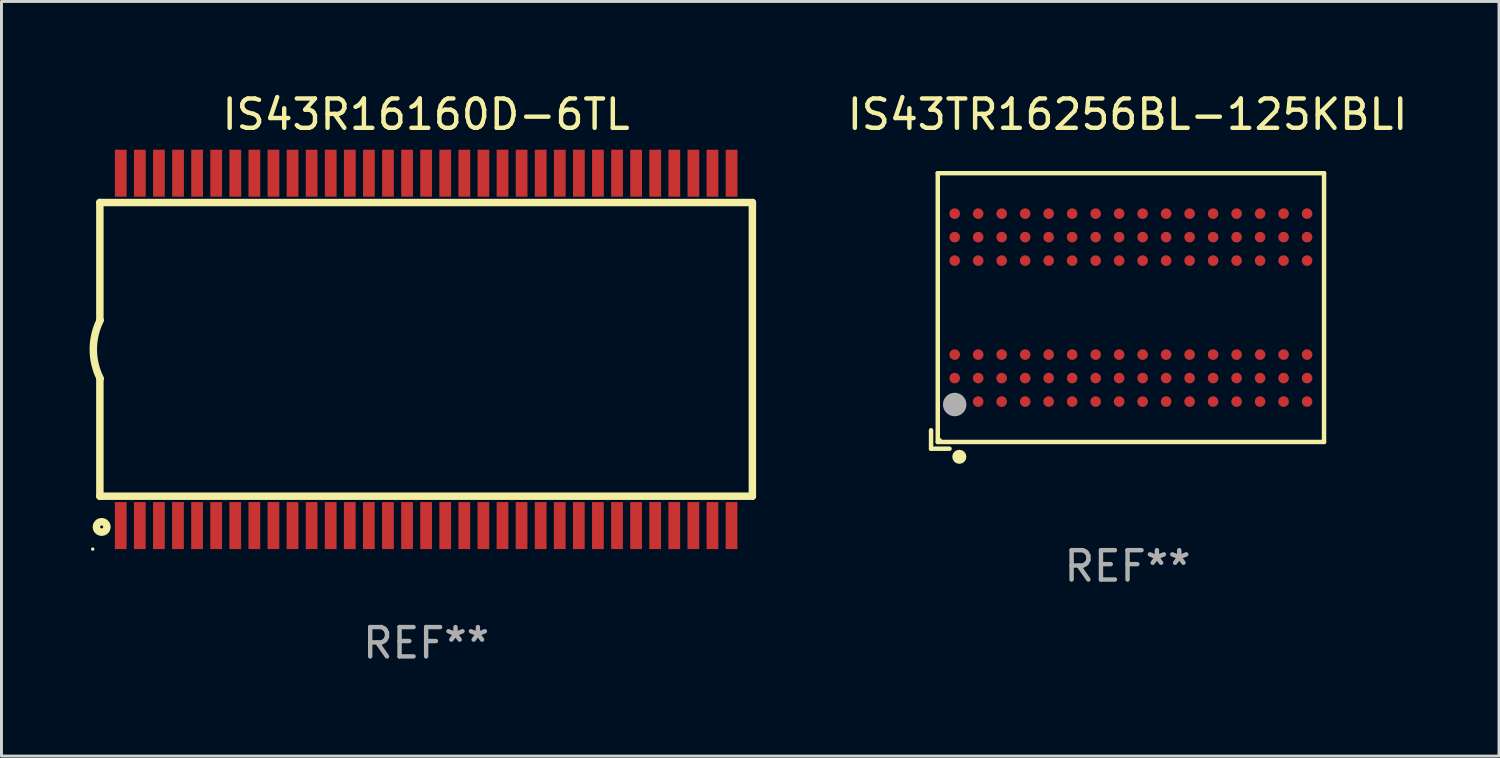
<source format=kicad_pcb>
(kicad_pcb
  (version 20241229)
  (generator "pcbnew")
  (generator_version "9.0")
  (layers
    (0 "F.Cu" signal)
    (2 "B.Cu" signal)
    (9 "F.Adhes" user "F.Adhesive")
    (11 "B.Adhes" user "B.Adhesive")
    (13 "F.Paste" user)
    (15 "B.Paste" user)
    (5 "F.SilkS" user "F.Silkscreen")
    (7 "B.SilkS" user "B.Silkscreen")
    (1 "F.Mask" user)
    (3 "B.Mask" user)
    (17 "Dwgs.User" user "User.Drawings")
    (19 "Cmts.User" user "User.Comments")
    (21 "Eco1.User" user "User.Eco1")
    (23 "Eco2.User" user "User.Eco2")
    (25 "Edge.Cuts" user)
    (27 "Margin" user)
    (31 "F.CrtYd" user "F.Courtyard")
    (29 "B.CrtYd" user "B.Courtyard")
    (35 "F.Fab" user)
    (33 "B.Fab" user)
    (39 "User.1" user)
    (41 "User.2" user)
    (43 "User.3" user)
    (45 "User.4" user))
  (footprint "IS43R16160D-6TL"
    (layer "F.Cu")
    (at 11.461 8.848)
    (property "Reference" "IS43R16160D-6TL" (at 0 -8 0) (layer "F.SilkS") (effects (font (size 1 1) (thickness 0.15))))
    (attr through_hole)
    (fp_line (start -11.11 -5.002) (end 11.11 -5.002) (stroke (width 0.254) (type solid)) (layer "F.SilkS"))
    (fp_line (start -11.11 -1.002) (end -11.11 -5.002) (stroke (width 0.254) (type solid)) (layer "F.SilkS"))
    (fp_line (start -11.11 4.999) (end -11.11 0.998) (stroke (width 0.254) (type solid)) (layer "F.SilkS"))
    (fp_line (start -11.11 4.999) (end 11.11 4.999) (stroke (width 0.254) (type solid)) (layer "F.SilkS"))
    (fp_line (start 11.11 4.999) (end 11.11 -5.002) (stroke (width 0.254) (type solid)) (layer "F.SilkS"))
    (fp_arc (start -11.099822 0.989078) (mid -11.333671 -0.001524) (end -11.099822 -0.992126) (stroke (width 0.254001) (type solid)) (layer "F.SilkS"))
    (fp_circle (center -11.354 6.8) (end -11.324 6.8) (stroke (width 0.06) (type solid)) (fill no) (layer "F.SilkS"))
    (fp_circle (center -11.049 6.046) (end -10.871 6.046) (stroke (width 0.254) (type solid)) (fill no) (layer "F.SilkS"))
    (fp_text user "REF**" (at 0 10 0) (layer "F.Fab") (effects (font (size 1 1) (thickness 0.15))))
    (pad "1" smd rect (at -10.4 6) (size 0.4 1.6) (layers "F.Cu" "F.Mask" "F.Paste"))
    (pad "2" smd rect (at -9.75 6) (size 0.4 1.6) (layers "F.Cu" "F.Mask" "F.Paste"))
    (pad "3" smd rect (at -9.1 6) (size 0.4 1.6) (layers "F.Cu" "F.Mask" "F.Paste"))
    (pad "4" smd rect (at -8.45 6) (size 0.4 1.6) (layers "F.Cu" "F.Mask" "F.Paste"))
    (pad "5" smd rect (at -7.8 6) (size 0.4 1.6) (layers "F.Cu" "F.Mask" "F.Paste"))
    (pad "6" smd rect (at -7.15 6) (size 0.4 1.6) (layers "F.Cu" "F.Mask" "F.Paste"))
    (pad "7" smd rect (at -6.5 6) (size 0.4 1.6) (layers "F.Cu" "F.Mask" "F.Paste"))
    (pad "8" smd rect (at -5.85 6) (size 0.4 1.6) (layers "F.Cu" "F.Mask" "F.Paste"))
    (pad "9" smd rect (at -5.2 6) (size 0.4 1.6) (layers "F.Cu" "F.Mask" "F.Paste"))
    (pad "10" smd rect (at -4.55 6) (size 0.4 1.6) (layers "F.Cu" "F.Mask" "F.Paste"))
    (pad "11" smd rect (at -3.9 6) (size 0.4 1.6) (layers "F.Cu" "F.Mask" "F.Paste"))
    (pad "12" smd rect (at -3.25 6) (size 0.4 1.6) (layers "F.Cu" "F.Mask" "F.Paste"))
    (pad "13" smd rect (at -2.6 6) (size 0.4 1.6) (layers "F.Cu" "F.Mask" "F.Paste"))
    (pad "14" smd rect (at -1.95 6) (size 0.4 1.6) (layers "F.Cu" "F.Mask" "F.Paste"))
    (pad "15" smd rect (at -1.3 6) (size 0.4 1.6) (layers "F.Cu" "F.Mask" "F.Paste"))
    (pad "16" smd rect (at -0.65 6) (size 0.4 1.6) (layers "F.Cu" "F.Mask" "F.Paste"))
    (pad "17" smd rect (at -0.000254 6) (size 0.4 1.6) (layers "F.Cu" "F.Mask" "F.Paste"))
    (pad "18" smd rect (at 0.65 6) (size 0.4 1.6) (layers "F.Cu" "F.Mask" "F.Paste"))
    (pad "19" smd rect (at 1.3 6) (size 0.4 1.6) (layers "F.Cu" "F.Mask" "F.Paste"))
    (pad "20" smd rect (at 1.95 6) (size 0.4 1.6) (layers "F.Cu" "F.Mask" "F.Paste"))
    (pad "21" smd rect (at 2.6 6) (size 0.4 1.6) (layers "F.Cu" "F.Mask" "F.Paste"))
    (pad "22" smd rect (at 3.25 6) (size 0.4 1.6) (layers "F.Cu" "F.Mask" "F.Paste"))
    (pad "23" smd rect (at 3.9 6) (size 0.4 1.6) (layers "F.Cu" "F.Mask" "F.Paste"))
    (pad "24" smd rect (at 4.55 6) (size 0.4 1.6) (layers "F.Cu" "F.Mask" "F.Paste"))
    (pad "25" smd rect (at 5.2 6) (size 0.4 1.6) (layers "F.Cu" "F.Mask" "F.Paste"))
    (pad "26" smd rect (at 5.85 6) (size 0.4 1.6) (layers "F.Cu" "F.Mask" "F.Paste"))
    (pad "27" smd rect (at 6.5 6) (size 0.4 1.6) (layers "F.Cu" "F.Mask" "F.Paste"))
    (pad "28" smd rect (at 7.15 6) (size 0.4 1.6) (layers "F.Cu" "F.Mask" "F.Paste"))
    (pad "29" smd rect (at 7.8 6) (size 0.4 1.6) (layers "F.Cu" "F.Mask" "F.Paste"))
    (pad "30" smd rect (at 8.45 6) (size 0.4 1.6) (layers "F.Cu" "F.Mask" "F.Paste"))
    (pad "31" smd rect (at 9.1 6) (size 0.4 1.6) (layers "F.Cu" "F.Mask" "F.Paste"))
    (pad "32" smd rect (at 9.75 6) (size 0.4 1.6) (layers "F.Cu" "F.Mask" "F.Paste"))
    (pad "33" smd rect (at 10.4 6) (size 0.4 1.6) (layers "F.Cu" "F.Mask" "F.Paste"))
    (pad "34" smd rect (at 10.401 -6) (size 0.4 1.6) (layers "F.Cu" "F.Mask" "F.Paste"))
    (pad "35" smd rect (at 9.751 -6) (size 0.4 1.6) (layers "F.Cu" "F.Mask" "F.Paste"))
    (pad "36" smd rect (at 9.101 -6) (size 0.4 1.6) (layers "F.Cu" "F.Mask" "F.Paste"))
    (pad "37" smd rect (at 8.451 -6) (size 0.4 1.6) (layers "F.Cu" "F.Mask" "F.Paste"))
    (pad "38" smd rect (at 7.801 -6) (size 0.4 1.6) (layers "F.Cu" "F.Mask" "F.Paste"))
    (pad "39" smd rect (at 7.151 -6) (size 0.4 1.6) (layers "F.Cu" "F.Mask" "F.Paste"))
    (pad "40" smd rect (at 6.501 -6) (size 0.4 1.6) (layers "F.Cu" "F.Mask" "F.Paste"))
    (pad "41" smd rect (at 5.851 -6) (size 0.4 1.6) (layers "F.Cu" "F.Mask" "F.Paste"))
    (pad "42" smd rect (at 5.201 -6) (size 0.4 1.6) (layers "F.Cu" "F.Mask" "F.Paste"))
    (pad "43" smd rect (at 4.551 -6) (size 0.4 1.6) (layers "F.Cu" "F.Mask" "F.Paste"))
    (pad "44" smd rect (at 3.901 -6) (size 0.4 1.6) (layers "F.Cu" "F.Mask" "F.Paste"))
    (pad "45" smd rect (at 3.251 -6) (size 0.4 1.6) (layers "F.Cu" "F.Mask" "F.Paste"))
    (pad "46" smd rect (at 2.601 -6) (size 0.4 1.6) (layers "F.Cu" "F.Mask" "F.Paste"))
    (pad "47" smd rect (at 1.951 -6) (size 0.4 1.6) (layers "F.Cu" "F.Mask" "F.Paste"))
    (pad "48" smd rect (at 1.301 -6) (size 0.4 1.6) (layers "F.Cu" "F.Mask" "F.Paste"))
    (pad "49" smd rect (at 0.651 -6) (size 0.4 1.6) (layers "F.Cu" "F.Mask" "F.Paste"))
    (pad "50" smd rect (at 0.001 -6) (size 0.4 1.6) (layers "F.Cu" "F.Mask" "F.Paste"))
    (pad "51" smd rect (at -0.649 -6) (size 0.4 1.6) (layers "F.Cu" "F.Mask" "F.Paste"))
    (pad "52" smd rect (at -1.299 -6) (size 0.4 1.6) (layers "F.Cu" "F.Mask" "F.Paste"))
    (pad "53" smd rect (at -1.949 -6) (size 0.4 1.6) (layers "F.Cu" "F.Mask" "F.Paste"))
    (pad "54" smd rect (at -2.599 -6) (size 0.4 1.6) (layers "F.Cu" "F.Mask" "F.Paste"))
    (pad "55" smd rect (at -3.249 -6) (size 0.4 1.6) (layers "F.Cu" "F.Mask" "F.Paste"))
    (pad "56" smd rect (at -3.899 -6) (size 0.4 1.6) (layers "F.Cu" "F.Mask" "F.Paste"))
    (pad "57" smd rect (at -4.549 -6) (size 0.4 1.6) (layers "F.Cu" "F.Mask" "F.Paste"))
    (pad "58" smd rect (at -5.199 -6) (size 0.4 1.6) (layers "F.Cu" "F.Mask" "F.Paste"))
    (pad "59" smd rect (at -5.849 -6) (size 0.4 1.6) (layers "F.Cu" "F.Mask" "F.Paste"))
    (pad "60" smd rect (at -6.499 -6) (size 0.4 1.6) (layers "F.Cu" "F.Mask" "F.Paste"))
    (pad "61" smd rect (at -7.149 -6) (size 0.4 1.6) (layers "F.Cu" "F.Mask" "F.Paste"))
    (pad "62" smd rect (at -7.799 -6) (size 0.4 1.6) (layers "F.Cu" "F.Mask" "F.Paste"))
    (pad "63" smd rect (at -8.449 -6) (size 0.4 1.6) (layers "F.Cu" "F.Mask" "F.Paste"))
    (pad "64" smd rect (at -9.099 -6) (size 0.4 1.6) (layers "F.Cu" "F.Mask" "F.Paste"))
    (pad "65" smd rect (at -9.749 -6) (size 0.4 1.6) (layers "F.Cu" "F.Mask" "F.Paste"))
    (pad "66" smd rect (at -10.399 -6) (size 0.4 1.6) (layers "F.Cu" "F.Mask" "F.Paste")))
  (footprint "IS43TR16256BL-125KBLI"
    (layer "F.Cu")
    (at 35.346 7.539)
    (property "Reference" "IS43TR16256BL-125KBLI" (at 0 -6.691 0) (layer "F.SilkS") (effects (font (size 1 1) (thickness 0.15))))
    (attr through_hole)
    (fp_line (start -6.691 4.062) (end -6.691 4.691) (stroke (width 0.152) (type solid)) (layer "F.SilkS"))
    (fp_line (start -6.691 4.691) (end -6.062 4.691) (stroke (width 0.152) (type solid)) (layer "F.SilkS"))
    (fp_line (start -6.462 -4.691) (end 6.691 -4.691) (stroke (width 0.152) (type solid)) (layer "F.SilkS"))
    (fp_line (start -6.462 4.462) (end -6.462 -4.691) (stroke (width 0.152) (type solid)) (layer "F.SilkS"))
    (fp_line (start 6.691 -4.691) (end 6.691 4.462) (stroke (width 0.152) (type solid)) (layer "F.SilkS"))
    (fp_line (start 6.691 4.462) (end -6.462 4.462) (stroke (width 0.152) (type solid)) (layer "F.SilkS"))
    (fp_circle (center -6.386 4.386) (end -6.356 4.386) (stroke (width 0.06) (type solid)) (fill no) (layer "F.SilkS"))
    (fp_circle (center -5.728 4.966) (end -5.608 4.966) (stroke (width 0.24) (type solid)) (fill no) (layer "F.SilkS"))
    (fp_circle (center -5.886 3.186) (end -5.686 3.186) (stroke (width 0.4) (type solid)) (fill no) (layer "F.Fab"))
    (fp_text user "REF**" (at 0 8.691 0) (layer "F.Fab") (effects (font (size 1 1) (thickness 0.15))))
    (pad "A1" smd circle (at -5.886 3.086) (size 0.36 0.36) (layers "F.Cu" "F.Mask" "F.Paste"))
    (pad "A2" smd circle (at -5.886 2.286) (size 0.36 0.36) (layers "F.Cu" "F.Mask" "F.Paste"))
    (pad "A3" smd circle (at -5.886 1.486) (size 0.36 0.36) (layers "F.Cu" "F.Mask" "F.Paste"))
    (pad "A7" smd circle (at -5.886 -1.714) (size 0.36 0.36) (layers "F.Cu" "F.Mask" "F.Paste"))
    (pad "A8" smd circle (at -5.886 -2.514) (size 0.36 0.36) (layers "F.Cu" "F.Mask" "F.Paste"))
    (pad "A9" smd circle (at -5.886 -3.314) (size 0.36 0.36) (layers "F.Cu" "F.Mask" "F.Paste"))
    (pad "B1" smd circle (at -5.086 3.086) (size 0.36 0.36) (layers "F.Cu" "F.Mask" "F.Paste"))
    (pad "B2" smd circle (at -5.086 2.286) (size 0.36 0.36) (layers "F.Cu" "F.Mask" "F.Paste"))
    (pad "B3" smd circle (at -5.086 1.486) (size 0.36 0.36) (layers "F.Cu" "F.Mask" "F.Paste"))
    (pad "B7" smd circle (at -5.086 -1.714) (size 0.36 0.36) (layers "F.Cu" "F.Mask" "F.Paste"))
    (pad "B8" smd circle (at -5.086 -2.514) (size 0.36 0.36) (layers "F.Cu" "F.Mask" "F.Paste"))
    (pad "B9" smd circle (at -5.086 -3.314) (size 0.36 0.36) (layers "F.Cu" "F.Mask" "F.Paste"))
    (pad "C1" smd circle (at -4.286 3.086) (size 0.36 0.36) (layers "F.Cu" "F.Mask" "F.Paste"))
    (pad "C2" smd circle (at -4.286 2.286) (size 0.36 0.36) (layers "F.Cu" "F.Mask" "F.Paste"))
    (pad "C3" smd circle (at -4.286 1.486) (size 0.36 0.36) (layers "F.Cu" "F.Mask" "F.Paste"))
    (pad "C7" smd circle (at -4.286 -1.714) (size 0.36 0.36) (layers "F.Cu" "F.Mask" "F.Paste"))
    (pad "C8" smd circle (at -4.286 -2.514) (size 0.36 0.36) (layers "F.Cu" "F.Mask" "F.Paste"))
    (pad "C9" smd circle (at -4.286 -3.314) (size 0.36 0.36) (layers "F.Cu" "F.Mask" "F.Paste"))
    (pad "D1" smd circle (at -3.486 3.086) (size 0.36 0.36) (layers "F.Cu" "F.Mask" "F.Paste"))
    (pad "D2" smd circle (at -3.486 2.286) (size 0.36 0.36) (layers "F.Cu" "F.Mask" "F.Paste"))
    (pad "D3" smd circle (at -3.486 1.486) (size 0.36 0.36) (layers "F.Cu" "F.Mask" "F.Paste"))
    (pad "D7" smd circle (at -3.486 -1.714) (size 0.36 0.36) (layers "F.Cu" "F.Mask" "F.Paste"))
    (pad "D8" smd circle (at -3.486 -2.514) (size 0.36 0.36) (layers "F.Cu" "F.Mask" "F.Paste"))
    (pad "D9" smd circle (at -3.486 -3.314) (size 0.36 0.36) (layers "F.Cu" "F.Mask" "F.Paste"))
    (pad "E1" smd circle (at -2.686 3.086) (size 0.36 0.36) (layers "F.Cu" "F.Mask" "F.Paste"))
    (pad "E2" smd circle (at -2.686 2.286) (size 0.36 0.36) (layers "F.Cu" "F.Mask" "F.Paste"))
    (pad "E3" smd circle (at -2.686 1.486) (size 0.36 0.36) (layers "F.Cu" "F.Mask" "F.Paste"))
    (pad "E7" smd circle (at -2.686 -1.714) (size 0.36 0.36) (layers "F.Cu" "F.Mask" "F.Paste"))
    (pad "E8" smd circle (at -2.686 -2.514) (size 0.36 0.36) (layers "F.Cu" "F.Mask" "F.Paste"))
    (pad "E9" smd circle (at -2.686 -3.314) (size 0.36 0.36) (layers "F.Cu" "F.Mask" "F.Paste"))
    (pad "F1" smd circle (at -1.886 3.086) (size 0.36 0.36) (layers "F.Cu" "F.Mask" "F.Paste"))
    (pad "F2" smd circle (at -1.886 2.286) (size 0.36 0.36) (layers "F.Cu" "F.Mask" "F.Paste"))
    (pad "F3" smd circle (at -1.886 1.486) (size 0.36 0.36) (layers "F.Cu" "F.Mask" "F.Paste"))
    (pad "F7" smd circle (at -1.886 -1.714) (size 0.36 0.36) (layers "F.Cu" "F.Mask" "F.Paste"))
    (pad "F8" smd circle (at -1.886 -2.514) (size 0.36 0.36) (layers "F.Cu" "F.Mask" "F.Paste"))
    (pad "F9" smd circle (at -1.886 -3.314) (size 0.36 0.36) (layers "F.Cu" "F.Mask" "F.Paste"))
    (pad "G1" smd circle (at -1.086 3.086) (size 0.36 0.36) (layers "F.Cu" "F.Mask" "F.Paste"))
    (pad "G2" smd circle (at -1.086 2.286) (size 0.36 0.36) (layers "F.Cu" "F.Mask" "F.Paste"))
    (pad "G3" smd circle (at -1.086 1.486) (size 0.36 0.36) (layers "F.Cu" "F.Mask" "F.Paste"))
    (pad "G7" smd circle (at -1.086 -1.714) (size 0.36 0.36) (layers "F.Cu" "F.Mask" "F.Paste"))
    (pad "G8" smd circle (at -1.086 -2.514) (size 0.36 0.36) (layers "F.Cu" "F.Mask" "F.Paste"))
    (pad "G9" smd circle (at -1.086 -3.314) (size 0.36 0.36) (layers "F.Cu" "F.Mask" "F.Paste"))
    (pad "H1" smd circle (at -0.286 3.086) (size 0.36 0.36) (layers "F.Cu" "F.Mask" "F.Paste"))
    (pad "H2" smd circle (at -0.286 2.286) (size 0.36 0.36) (layers "F.Cu" "F.Mask" "F.Paste"))
    (pad "H3" smd circle (at -0.286 1.486) (size 0.36 0.36) (layers "F.Cu" "F.Mask" "F.Paste"))
    (pad "H7" smd circle (at -0.286 -1.714) (size 0.36 0.36) (layers "F.Cu" "F.Mask" "F.Paste"))
    (pad "H8" smd circle (at -0.286 -2.514) (size 0.36 0.36) (layers "F.Cu" "F.Mask" "F.Paste"))
    (pad "H9" smd circle (at -0.286 -3.314) (size 0.36 0.36) (layers "F.Cu" "F.Mask" "F.Paste"))
    (pad "J1" smd circle (at 0.514 3.086) (size 0.36 0.36) (layers "F.Cu" "F.Mask" "F.Paste"))
    (pad "J2" smd circle (at 0.514 2.286) (size 0.36 0.36) (layers "F.Cu" "F.Mask" "F.Paste"))
    (pad "J3" smd circle (at 0.514 1.486) (size 0.36 0.36) (layers "F.Cu" "F.Mask" "F.Paste"))
    (pad "J7" smd circle (at 0.514 -1.714) (size 0.36 0.36) (layers "F.Cu" "F.Mask" "F.Paste"))
    (pad "J8" smd circle (at 0.514 -2.514) (size 0.36 0.36) (layers "F.Cu" "F.Mask" "F.Paste"))
    (pad "J9" smd circle (at 0.514 -3.314) (size 0.36 0.36) (layers "F.Cu" "F.Mask" "F.Paste"))
    (pad "K1" smd circle (at 1.314 3.086) (size 0.36 0.36) (layers "F.Cu" "F.Mask" "F.Paste"))
    (pad "K2" smd circle (at 1.314 2.286) (size 0.36 0.36) (layers "F.Cu" "F.Mask" "F.Paste"))
    (pad "K3" smd circle (at 1.314 1.486) (size 0.36 0.36) (layers "F.Cu" "F.Mask" "F.Paste"))
    (pad "K7" smd circle (at 1.314 -1.714) (size 0.36 0.36) (layers "F.Cu" "F.Mask" "F.Paste"))
    (pad "K8" smd circle (at 1.314 -2.514) (size 0.36 0.36) (layers "F.Cu" "F.Mask" "F.Paste"))
    (pad "K9" smd circle (at 1.314 -3.314) (size 0.36 0.36) (layers "F.Cu" "F.Mask" "F.Paste"))
    (pad "L1" smd circle (at 2.114 3.086) (size 0.36 0.36) (layers "F.Cu" "F.Mask" "F.Paste"))
    (pad "L2" smd circle (at 2.114 2.286) (size 0.36 0.36) (layers "F.Cu" "F.Mask" "F.Paste"))
    (pad "L3" smd circle (at 2.114 1.486) (size 0.36 0.36) (layers "F.Cu" "F.Mask" "F.Paste"))
    (pad "L7" smd circle (at 2.114 -1.714) (size 0.36 0.36) (layers "F.Cu" "F.Mask" "F.Paste"))
    (pad "L8" smd circle (at 2.114 -2.514) (size 0.36 0.36) (layers "F.Cu" "F.Mask" "F.Paste"))
    (pad "L9" smd circle (at 2.114 -3.314) (size 0.36 0.36) (layers "F.Cu" "F.Mask" "F.Paste"))
    (pad "M1" smd circle (at 2.914 3.086) (size 0.36 0.36) (layers "F.Cu" "F.Mask" "F.Paste"))
    (pad "M2" smd circle (at 2.914 2.286) (size 0.36 0.36) (layers "F.Cu" "F.Mask" "F.Paste"))
    (pad "M3" smd circle (at 2.914 1.486) (size 0.36 0.36) (layers "F.Cu" "F.Mask" "F.Paste"))
    (pad "M7" smd circle (at 2.914 -1.714) (size 0.36 0.36) (layers "F.Cu" "F.Mask" "F.Paste"))
    (pad "M8" smd circle (at 2.914 -2.514) (size 0.36 0.36) (layers "F.Cu" "F.Mask" "F.Paste"))
    (pad "M9" smd circle (at 2.914 -3.314) (size 0.36 0.36) (layers "F.Cu" "F.Mask" "F.Paste"))
    (pad "N1" smd circle (at 3.714 3.086) (size 0.36 0.36) (layers "F.Cu" "F.Mask" "F.Paste"))
    (pad "N2" smd circle (at 3.714 2.286) (size 0.36 0.36) (layers "F.Cu" "F.Mask" "F.Paste"))
    (pad "N3" smd circle (at 3.714 1.486) (size 0.36 0.36) (layers "F.Cu" "F.Mask" "F.Paste"))
    (pad "N7" smd circle (at 3.714 -1.714) (size 0.36 0.36) (layers "F.Cu" "F.Mask" "F.Paste"))
    (pad "N8" smd circle (at 3.714 -2.514) (size 0.36 0.36) (layers "F.Cu" "F.Mask" "F.Paste"))
    (pad "N9" smd circle (at 3.714 -3.314) (size 0.36 0.36) (layers "F.Cu" "F.Mask" "F.Paste"))
    (pad "P1" smd circle (at 4.514 3.086) (size 0.36 0.36) (layers "F.Cu" "F.Mask" "F.Paste"))
    (pad "P2" smd circle (at 4.514 2.286) (size 0.36 0.36) (layers "F.Cu" "F.Mask" "F.Paste"))
    (pad "P3" smd circle (at 4.514 1.486) (size 0.36 0.36) (layers "F.Cu" "F.Mask" "F.Paste"))
    (pad "P7" smd circle (at 4.514 -1.714) (size 0.36 0.36) (layers "F.Cu" "F.Mask" "F.Paste"))
    (pad "P8" smd circle (at 4.514 -2.514) (size 0.36 0.36) (layers "F.Cu" "F.Mask" "F.Paste"))
    (pad "P9" smd circle (at 4.514 -3.314) (size 0.36 0.36) (layers "F.Cu" "F.Mask" "F.Paste"))
    (pad "R1" smd circle (at 5.314 3.086) (size 0.36 0.36) (layers "F.Cu" "F.Mask" "F.Paste"))
    (pad "R2" smd circle (at 5.314 2.286) (size 0.36 0.36) (layers "F.Cu" "F.Mask" "F.Paste"))
    (pad "R3" smd circle (at 5.314 1.486) (size 0.36 0.36) (layers "F.Cu" "F.Mask" "F.Paste"))
    (pad "R7" smd circle (at 5.314 -1.714) (size 0.36 0.36) (layers "F.Cu" "F.Mask" "F.Paste"))
    (pad "R8" smd circle (at 5.314 -2.514) (size 0.36 0.36) (layers "F.Cu" "F.Mask" "F.Paste"))
    (pad "R9" smd circle (at 5.314 -3.314) (size 0.36 0.36) (layers "F.Cu" "F.Mask" "F.Paste"))
    (pad "T1" smd circle (at 6.114 3.086) (size 0.36 0.36) (layers "F.Cu" "F.Mask" "F.Paste"))
    (pad "T2" smd circle (at 6.114 2.286) (size 0.36 0.36) (layers "F.Cu" "F.Mask" "F.Paste"))
    (pad "T3" smd circle (at 6.114 1.486) (size 0.36 0.36) (layers "F.Cu" "F.Mask" "F.Paste"))
    (pad "T7" smd circle (at 6.114 -1.714) (size 0.36 0.36) (layers "F.Cu" "F.Mask" "F.Paste"))
    (pad "T8" smd circle (at 6.114 -2.514) (size 0.36 0.36) (layers "F.Cu" "F.Mask" "F.Paste"))
    (pad "T9" smd circle (at 6.114 -3.314) (size 0.36 0.36) (layers "F.Cu" "F.Mask" "F.Paste")))
  (gr_rect
    (start -3 -3)
    (end 47.995 22.697)
    (stroke (width 0.1) (type default))
    (fill no)
    (layer "Edge.Cuts")))
</source>
